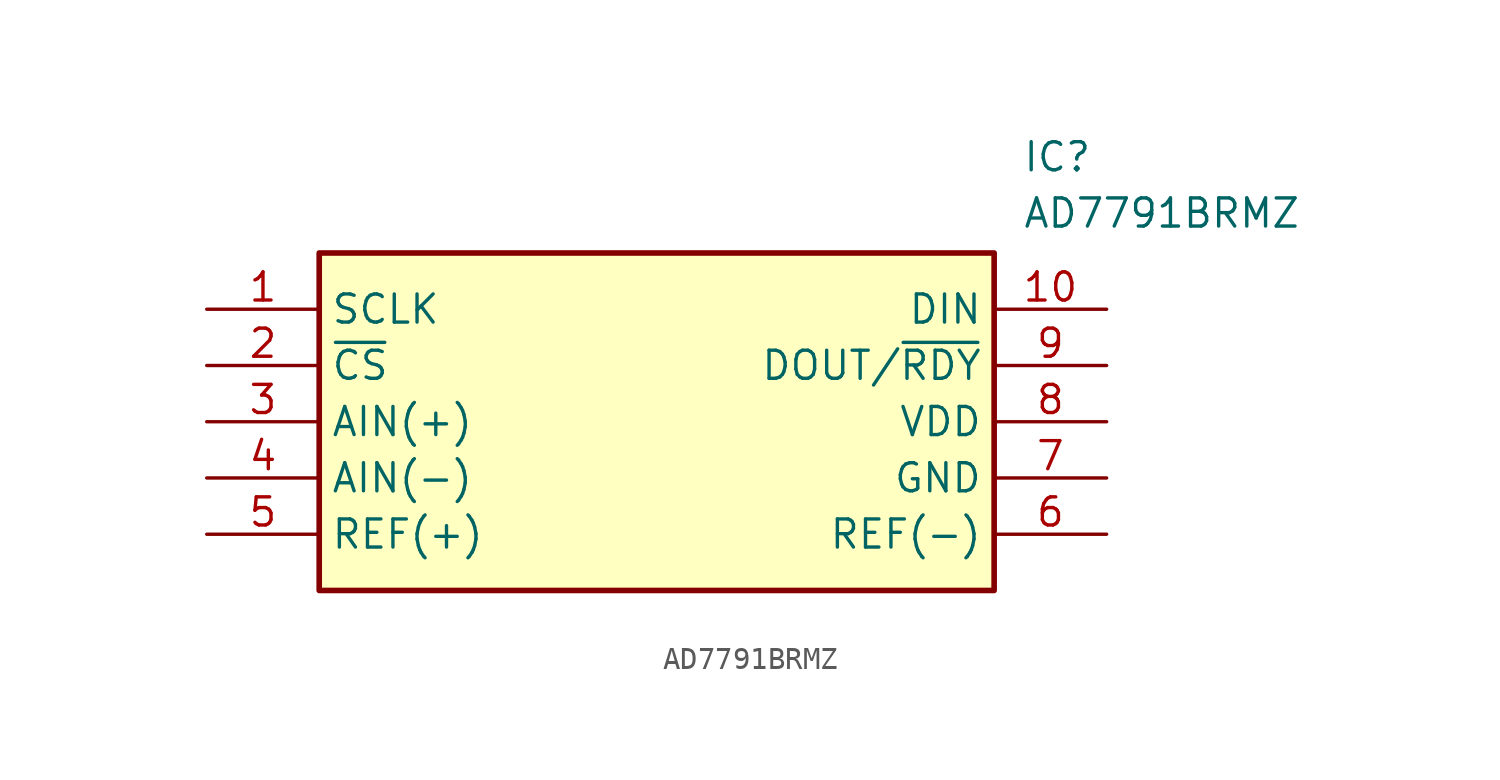
<source format=kicad_sym>
(kicad_symbol_lib
  (version 20211014)
  (generator SamacSys_ECAD_Model)
  (symbol "AD7791BRMZ"
    (property "Reference" "IC"
      (at 36.83 7.62 0)
      (effects (font (size 1.27 1.27)) (justify left top)))
    (property "Value" "AD7791BRMZ"
      (at 36.83 5.08 0)
      (effects (font (size 1.27 1.27)) (justify left top)))
    (rectangle
      (start 5.08 2.54)
      (end 35.56 -12.7)
      (stroke (width 0.254) (type default))
      (fill (type background)))
    (pin passive line
      (at 0 0 0)
      (length 5.08)
      (name "SCLK" (effects (font (size 1.27 1.27))))
      (number "1" (effects (font (size 1.27 1.27)))))
    (pin passive line
      (at 0 -2.54 0)
      (length 5.08)
      (name "~{CS}" (effects (font (size 1.27 1.27))))
      (number "2" (effects (font (size 1.27 1.27)))))
    (pin passive line
      (at 0 -5.08 0)
      (length 5.08)
      (name "AIN(+)" (effects (font (size 1.27 1.27))))
      (number "3" (effects (font (size 1.27 1.27)))))
    (pin passive line
      (at 0 -7.62 0)
      (length 5.08)
      (name "AIN(-)" (effects (font (size 1.27 1.27))))
      (number "4" (effects (font (size 1.27 1.27)))))
    (pin passive line
      (at 0 -10.16 0)
      (length 5.08)
      (name "REF(+)" (effects (font (size 1.27 1.27))))
      (number "5" (effects (font (size 1.27 1.27)))))
    (pin passive line
      (at 40.64 0 180)
      (length 5.08)
      (name "DIN" (effects (font (size 1.27 1.27))))
      (number "10" (effects (font (size 1.27 1.27)))))
    (pin passive line
      (at 40.64 -2.54 180)
      (length 5.08)
      (name "DOUT/~{RDY}" (effects (font (size 1.27 1.27))))
      (number "9" (effects (font (size 1.27 1.27)))))
    (pin passive line
      (at 40.64 -5.08 180)
      (length 5.08)
      (name "VDD" (effects (font (size 1.27 1.27))))
      (number "8" (effects (font (size 1.27 1.27)))))
    (pin passive line
      (at 40.64 -7.62 180)
      (length 5.08)
      (name "GND" (effects (font (size 1.27 1.27))))
      (number "7" (effects (font (size 1.27 1.27)))))
    (pin passive line
      (at 40.64 -10.16 180)
      (length 5.08)
      (name "REF(-)" (effects (font (size 1.27 1.27))))
      (number "6" (effects (font (size 1.27 1.27)))))))
</source>
